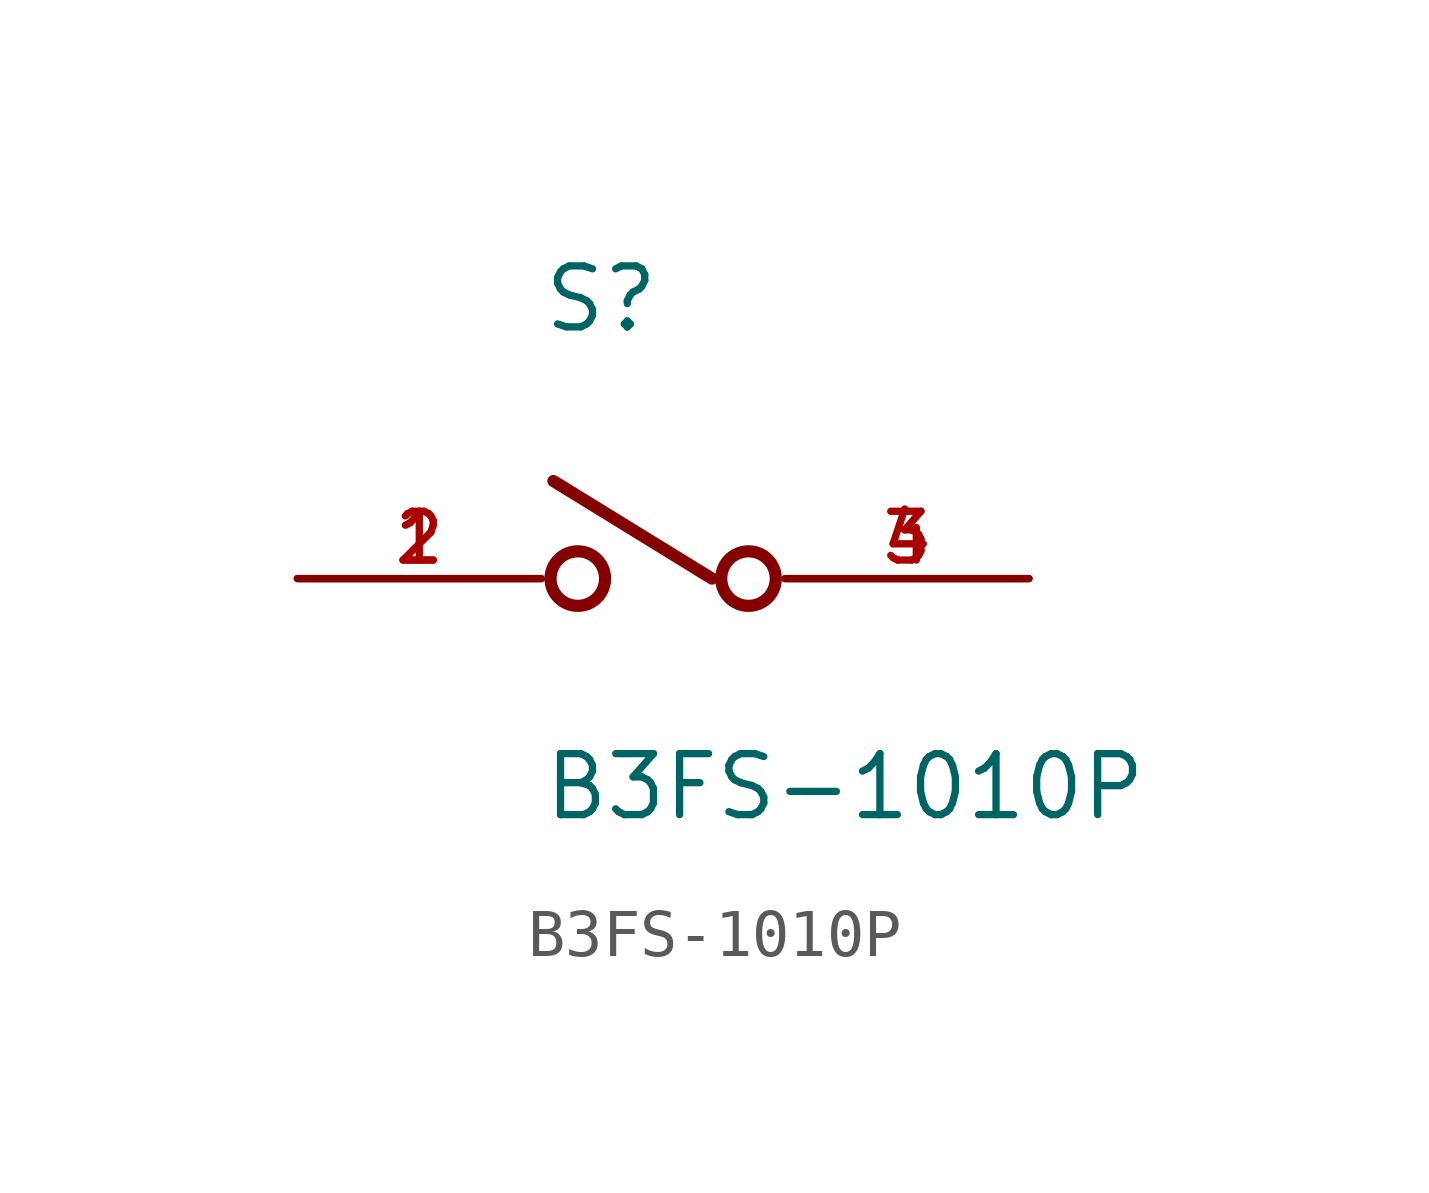
<source format=kicad_sym>
(kicad_symbol_lib
  (version 20211014)
  (generator kicad_symbol_editor)
  (symbol "B3FS-1010P"
    (pin_names
      (offset 1.016))
    (property "Reference" "S"
      (at -2.54 5.08 0)
      (effects (font (size 1.27 1.27)) (justify bottom left)))
    (property "Value" "B3FS-1010P"
      (at -2.54 -5.08 0)
      (effects (font (size 1.27 1.27)) (justify bottom left)))
    (symbol "B3FS-1010P_0_0"
      (circle (center -1.778 0.0) (radius 0.568) (stroke (width 0.254)) (fill (type none)))
      (circle (center 1.778 0.0) (radius 0.568) (stroke (width 0.254)) (fill (type none)))
      (polyline (pts (xy 1.016 0.0) (xy -2.286 2.032)) (stroke (width 0.254)))
      (pin passive line (at -7.62 0.0 0) (length 5.08) (name "~" (effects (font (size 1.016 1.016)))) (number "1" (effects (font (size 1.016 1.016)))))
      (pin passive line (at -7.62 0.0 0) (length 5.08) (name "~" (effects (font (size 1.016 1.016)))) (number "2" (effects (font (size 1.016 1.016)))))
      (pin passive line (at 7.62 0.0 180.0) (length 5.08) (name "~" (effects (font (size 1.016 1.016)))) (number "3" (effects (font (size 1.016 1.016)))))
      (pin passive line (at 7.62 0.0 180.0) (length 5.08) (name "~" (effects (font (size 1.016 1.016)))) (number "4" (effects (font (size 1.016 1.016))))))))
</source>
